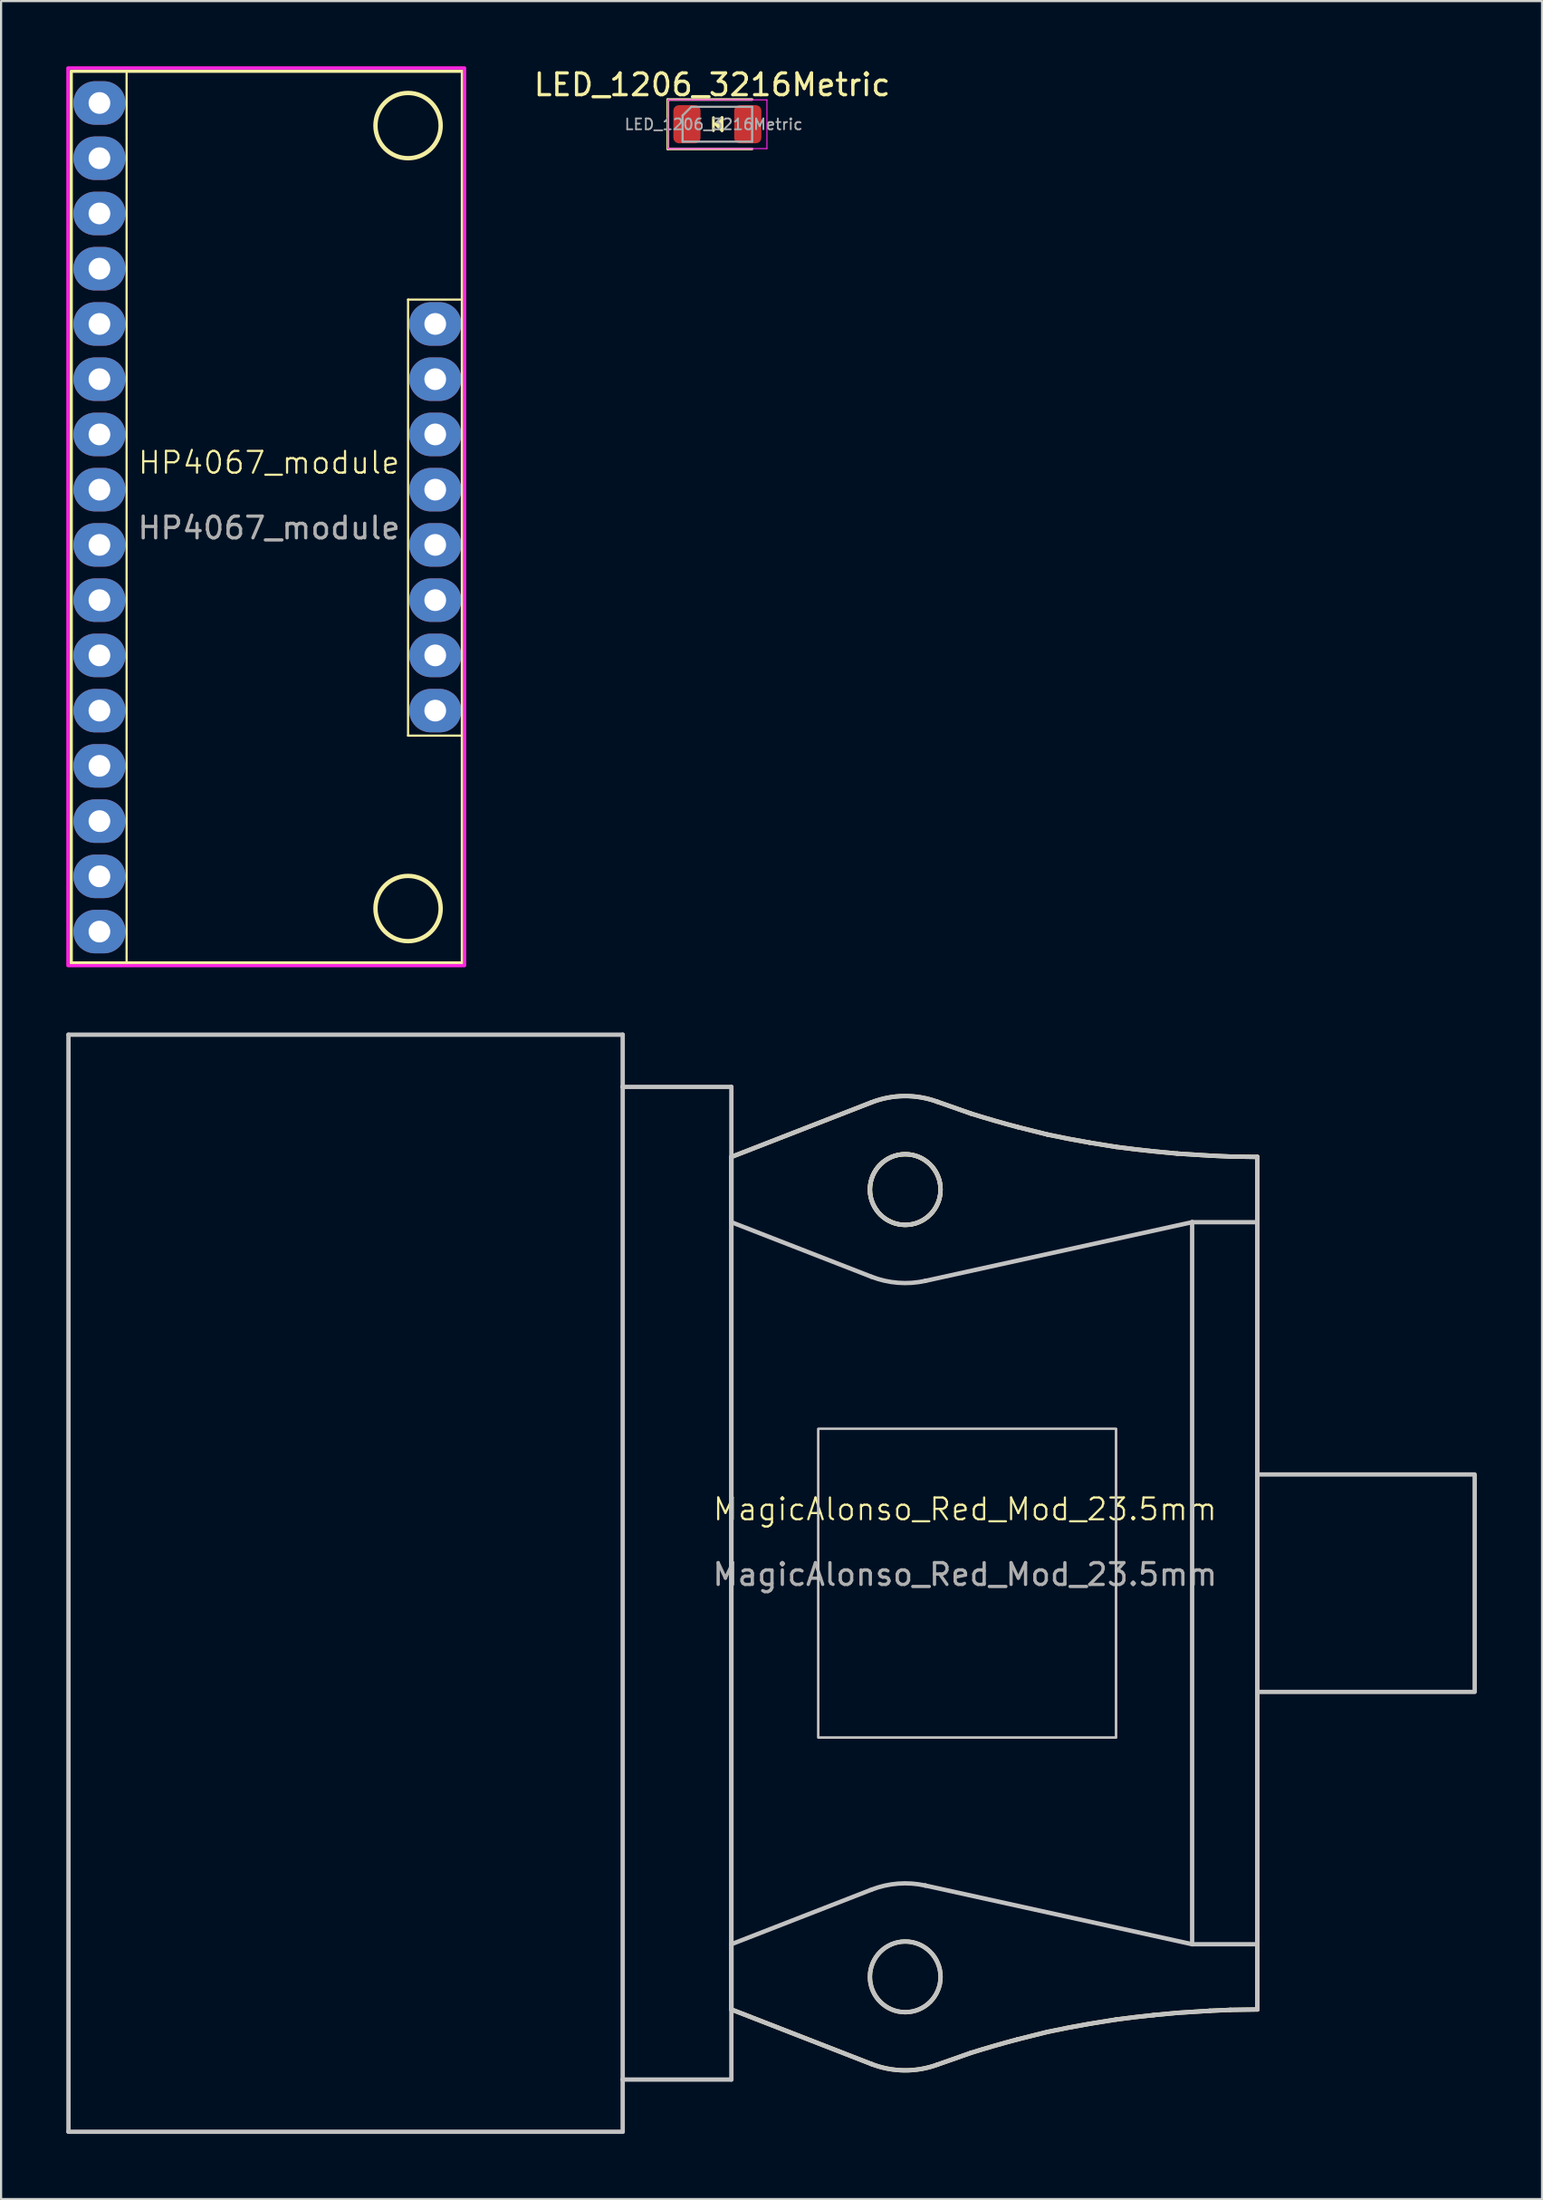
<source format=kicad_pcb>
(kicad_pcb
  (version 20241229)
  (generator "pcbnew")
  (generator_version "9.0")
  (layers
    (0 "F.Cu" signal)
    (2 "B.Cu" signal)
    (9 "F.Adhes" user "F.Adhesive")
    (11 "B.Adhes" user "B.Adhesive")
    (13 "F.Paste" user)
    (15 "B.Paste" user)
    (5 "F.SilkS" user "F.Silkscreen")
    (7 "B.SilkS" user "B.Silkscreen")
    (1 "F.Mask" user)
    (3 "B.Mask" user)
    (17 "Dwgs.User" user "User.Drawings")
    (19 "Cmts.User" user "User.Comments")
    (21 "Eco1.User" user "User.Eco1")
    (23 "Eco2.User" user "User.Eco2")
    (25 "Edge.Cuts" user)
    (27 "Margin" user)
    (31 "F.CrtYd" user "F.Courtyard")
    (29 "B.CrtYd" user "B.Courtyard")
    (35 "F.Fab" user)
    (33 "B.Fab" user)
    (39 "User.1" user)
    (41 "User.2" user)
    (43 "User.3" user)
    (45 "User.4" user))
  (footprint "LED_1206_3216Metric"
    (layer "F.Cu")
    (at 29.785 2.668)
    (property "Reference" "LED_1206_3216Metric" (at -0.07 -1.82 0) (layer "F.SilkS") (effects (font (size 1 1) (thickness 0.15))))
    (attr smd)
    (fp_line (start -2.114 -1.141) (end -2.114 1.129) (stroke (width 0.12) (type solid)) (layer "F.SilkS"))
    (fp_line (start -2.114 1.129) (end 1.771 1.129) (stroke (width 0.12) (type solid)) (layer "F.SilkS"))
    (fp_line (start -0.011 0.29) (end -0.011 -0.31) (stroke (width 0.127) (type solid)) (layer "F.SilkS"))
    (fp_line (start 0.087 -0.01) (end 0.386 0.29) (stroke (width 0.127) (type solid)) (layer "F.SilkS"))
    (fp_line (start 0.188 -0.109) (end 0.188 0.089) (stroke (width 0.127) (type solid)) (layer "F.SilkS"))
    (fp_line (start 0.287 0.191) (end 0.287 -0.211) (stroke (width 0.127) (type solid)) (layer "F.SilkS"))
    (fp_line (start 0.386 -0.31) (end 0.087 -0.01) (stroke (width 0.127) (type solid)) (layer "F.SilkS"))
    (fp_line (start 0.386 0.29) (end 0.386 -0.31) (stroke (width 0.127) (type solid)) (layer "F.SilkS"))
    (fp_line (start 1.771 -1.141) (end -2.114 -1.141) (stroke (width 0.12) (type solid)) (layer "F.SilkS"))
    (fp_line (start -2.109 -1.126) (end 2.451 -1.126) (stroke (width 0.05) (type solid)) (layer "F.CrtYd"))
    (fp_line (start -2.109 1.114) (end -2.109 -1.126) (stroke (width 0.05) (type solid)) (layer "F.CrtYd"))
    (fp_line (start 2.451 -1.126) (end 2.451 1.114) (stroke (width 0.05) (type solid)) (layer "F.CrtYd"))
    (fp_line (start 2.451 1.114) (end -2.109 1.114) (stroke (width 0.05) (type solid)) (layer "F.CrtYd"))
    (fp_line (start -1.429 -0.406) (end -1.429 0.794) (stroke (width 0.1) (type solid)) (layer "F.Fab"))
    (fp_line (start -1.429 0.794) (end 1.771 0.794) (stroke (width 0.1) (type solid)) (layer "F.Fab"))
    (fp_line (start -1.029 -0.806) (end -1.429 -0.406) (stroke (width 0.1) (type solid)) (layer "F.Fab"))
    (fp_line (start 1.771 -0.806) (end -1.029 -0.806) (stroke (width 0.1) (type solid)) (layer "F.Fab"))
    (fp_line (start 1.771 0.794) (end 1.771 -0.806) (stroke (width 0.1) (type solid)) (layer "F.Fab"))
    (fp_text user "${REFERENCE}" (at 0 0 0) (layer "F.Fab") (effects (font (size 0.5 0.5) (thickness 0.08))))
    (pad "1" smd roundrect (at -1.229 -0.006) (size 1.25 1.75) (layers "F.Cu" "F.Mask" "F.Paste") (roundrect_rratio 0.2))
    (pad "2" smd roundrect (at 1.571 -0.006) (size 1.25 1.75) (layers "F.Cu" "F.Mask" "F.Paste") (roundrect_rratio 0.2)))
  (footprint "HP4067_module"
    (layer "F.Cu")
    (at 9.275 20.525)
    (property "Reference" "HP4067_module" (at 0.05 -2.3 0) (unlocked yes) (layer "F.SilkS") (effects (font (size 1 1) (thickness 0.1))))
    (attr through_hole)
    (fp_line (start -6.5 -20.3) (end -6.5 20.7) (stroke (width 0.1) (type default)) (layer "F.SilkS"))
    (fp_line (start 6.45 -9.8) (end 6.45 10.25) (stroke (width 0.1) (type default)) (layer "F.SilkS"))
    (fp_line (start 6.45 -9.8) (end 8.95 -9.8) (stroke (width 0.1) (type default)) (layer "F.SilkS"))
    (fp_line (start 6.45 10.25) (end 8.95 10.25) (stroke (width 0.1) (type default)) (layer "F.SilkS"))
    (fp_rect (start -9.05 -20.3) (end 8.95 20.7) (stroke (width 0.15) (type default)) (fill no) (layer "F.SilkS"))
    (fp_circle (center 6.45 -17.8) (end 7.95 -17.8) (stroke (width 0.2) (type default)) (fill no) (layer "F.SilkS"))
    (fp_circle (center 6.45 18.2) (end 7.95 18.2) (stroke (width 0.2) (type default)) (fill no) (layer "F.SilkS"))
    (fp_rect (start -9.2 -20.45) (end 9.05 20.825) (stroke (width 0.15) (type default)) (fill no) (layer "F.CrtYd"))
    (fp_text user "${REFERENCE}" (at 0.05 0.7 0) (unlocked yes) (layer "F.Fab") (effects (font (size 1 1) (thickness 0.15))))
    (pad "1" thru_hole oval (at -7.75 -18.84) (size 2.4 2) (drill 1) (layers "*.Cu" "*.Mask"))
    (pad "2" thru_hole oval (at -7.75 -16.3) (size 2.4 2) (drill 1) (layers "*.Cu" "*.Mask"))
    (pad "3" thru_hole oval (at -7.75 -13.76) (size 2.4 2) (drill 1) (layers "*.Cu" "*.Mask"))
    (pad "4" thru_hole oval (at -7.75 -11.22) (size 2.4 2) (drill 1) (layers "*.Cu" "*.Mask"))
    (pad "5" thru_hole oval (at -7.75 -8.68) (size 2.4 2) (drill 1) (layers "*.Cu" "*.Mask"))
    (pad "6" thru_hole oval (at -7.75 -6.14) (size 2.4 2) (drill 1) (layers "*.Cu" "*.Mask"))
    (pad "7" thru_hole oval (at -7.75 -3.6) (size 2.4 2) (drill 1) (layers "*.Cu" "*.Mask"))
    (pad "8" thru_hole oval (at -7.75 -1.06) (size 2.4 2) (drill 1) (layers "*.Cu" "*.Mask"))
    (pad "9" thru_hole oval (at -7.75 1.48) (size 2.4 2) (drill 1) (layers "*.Cu" "*.Mask"))
    (pad "10" thru_hole oval (at -7.75 4.02) (size 2.4 2) (drill 1) (layers "*.Cu" "*.Mask"))
    (pad "11" thru_hole oval (at -7.75 6.56) (size 2.4 2) (drill 1) (layers "*.Cu" "*.Mask"))
    (pad "12" thru_hole oval (at -7.75 9.1) (size 2.4 2) (drill 1) (layers "*.Cu" "*.Mask"))
    (pad "13" thru_hole oval (at -7.75 11.64) (size 2.4 2) (drill 1) (layers "*.Cu" "*.Mask"))
    (pad "14" thru_hole oval (at -7.75 14.18) (size 2.4 2) (drill 1) (layers "*.Cu" "*.Mask"))
    (pad "15" thru_hole oval (at -7.75 16.72) (size 2.4 2) (drill 1) (layers "*.Cu" "*.Mask"))
    (pad "16" thru_hole oval (at -7.75 19.26) (size 2.4 2) (drill 1) (layers "*.Cu" "*.Mask"))
    (pad "17" thru_hole oval (at 7.7 -8.68) (size 2.4 2) (drill 1) (layers "*.Cu" "*.Mask"))
    (pad "18" thru_hole oval (at 7.7 -6.14) (size 2.4 2) (drill 1) (layers "*.Cu" "*.Mask"))
    (pad "19" thru_hole oval (at 7.7 -3.6) (size 2.4 2) (drill 1) (layers "*.Cu" "*.Mask"))
    (pad "20" thru_hole oval (at 7.7 -1.06) (size 2.4 2) (drill 1) (layers "*.Cu" "*.Mask"))
    (pad "21" thru_hole oval (at 7.7 1.48) (size 2.4 2) (drill 1) (layers "*.Cu" "*.Mask"))
    (pad "22" thru_hole oval (at 7.7 4.02) (size 2.4 2) (drill 1) (layers "*.Cu" "*.Mask"))
    (pad "23" thru_hole oval (at 7.7 6.56) (size 2.4 2) (drill 1) (layers "*.Cu" "*.Mask"))
    (pad "24" thru_hole oval (at 7.7 9.1) (size 2.4 2) (drill 1) (layers "*.Cu" "*.Mask")))
  (footprint "MagicAlonso_Red_Mod_23.5mm"
    (layer "F.Cu")
    (at 41.35 66.846)
    (property "Reference" "MagicAlonso_Red_Mod_23.5mm" (at 0 -0.5 0) (unlocked yes) (layer "F.SilkS") (effects (font (size 1 1) (thickness 0.1))))
    (attr board_only exclude_from_pos_files exclude_from_bom)
    (fp_line (start -10.75 -16.7) (end -10.75 22.5) (stroke (width 0.2) (type default)) (layer "F.SilkS"))
    (fp_line (start -10.75 22.5) (end -4.309 25.007) (stroke (width 0.2) (type default)) (layer "F.SilkS"))
    (fp_line (start -4.309 -19.207) (end -10.75 -16.7) (stroke (width 0.2) (type default)) (layer "F.SilkS"))
    (fp_line (start -1.28 -19.24) (end 0.265 -18.697) (stroke (width 0.2) (type default)) (layer "F.SilkS"))
    (fp_line (start -1.28 25.04) (end 0.263 24.498) (stroke (width 0.2) (type default)) (layer "F.SilkS"))
    (fp_line (start 2.418 23.876) (end 3.795 23.531) (stroke (width 0.2) (type default)) (layer "F.SilkS"))
    (fp_line (start 2.422 -18.074) (end 3.799 -17.729) (stroke (width 0.2) (type default)) (layer "F.SilkS"))
    (fp_line (start 5.722 23.16) (end 6.955 22.962) (stroke (width 0.2) (type default)) (layer "F.SilkS"))
    (fp_line (start 5.726 -17.359) (end 6.957 -17.16) (stroke (width 0.2) (type default)) (layer "F.SilkS"))
    (fp_line (start 8.675 22.759) (end 9.77 22.655) (stroke (width 0.2) (type default)) (layer "F.SilkS"))
    (fp_line (start 8.676 -16.958) (end 9.769 -16.854) (stroke (width 0.2) (type default)) (layer "F.SilkS"))
    (fp_line (start 11.268 -16.76) (end 9.769 -16.854) (stroke (width 0.2) (type default)) (layer "F.SilkS"))
    (fp_line (start 11.268 -16.76) (end 12.207 -16.718) (stroke (width 0.2) (type default)) (layer "F.SilkS"))
    (fp_line (start 11.27 22.56) (end 9.77 22.655) (stroke (width 0.2) (type default)) (layer "F.SilkS"))
    (fp_line (start 11.27 22.56) (end 12.208 22.518) (stroke (width 0.2) (type default)) (layer "F.SilkS"))
    (fp_line (start 13.45 -16.7) (end 12.207 -16.718) (stroke (width 0.2) (type default)) (layer "F.SilkS"))
    (fp_line (start 13.45 -13.7) (end 13.45 -16.7) (stroke (width 0.2) (type default)) (layer "F.SilkS"))
    (fp_line (start 13.45 19.5) (end 13.45 -13.7) (stroke (width 0.2) (type default)) (layer "F.SilkS"))
    (fp_line (start 13.45 22.5) (end 12.208 22.518) (stroke (width 0.2) (type default)) (layer "F.SilkS"))
    (fp_line (start 13.45 22.5) (end 13.45 19.5) (stroke (width 0.2) (type default)) (layer "F.SilkS"))
    (fp_arc (start -4.309308 -19.206612) (mid -2.797471 -19.499089) (end -1.279544 -19.240066) (stroke (width 0.2) (type default)) (layer "F.SilkS"))
    (fp_arc (start -1.279531 25.040061) (mid -2.797464 25.299086) (end -4.309308 25.006612) (stroke (width 0.2) (type default)) (layer "F.SilkS"))
    (fp_circle (center -2.75 -15.2) (end -2.75 -16.825) (stroke (width 0.2) (type default)) (fill no) (layer "F.SilkS"))
    (fp_circle (center -2.75 -15.2) (end -2.75 -16.825) (stroke (width 0.2) (type solid)) (fill no) (layer "F.SilkS"))
    (fp_circle (center -2.75 21) (end -2.75 19.375) (stroke (width 0.2) (type default)) (fill no) (layer "F.SilkS"))
    (fp_curve (pts (xy 2.418 23.876) (xy 1.719 24.06) (xy 1.001 24.266) (xy 0.263 24.498)) (stroke (width 0.2) (type default)) (layer "F.SilkS"))
    (fp_curve (pts (xy 2.422 -18.074) (xy 1.723 -18.258) (xy 1.005 -18.465) (xy 0.265 -18.697)) (stroke (width 0.2) (type default)) (layer "F.SilkS"))
    (fp_curve (pts (xy 5.722 23.16) (xy 5.097 23.268) (xy 4.455 23.39) (xy 3.795 23.531)) (stroke (width 0.2) (type default)) (layer "F.SilkS"))
    (fp_curve (pts (xy 5.726 -17.359) (xy 5.101 -17.466) (xy 4.459 -17.588) (xy 3.799 -17.729)) (stroke (width 0.2) (type default)) (layer "F.SilkS"))
    (fp_curve (pts (xy 8.675 22.759) (xy 8.119 22.816) (xy 7.546 22.883) (xy 6.955 22.962)) (stroke (width 0.2) (type default)) (layer "F.SilkS"))
    (fp_curve (pts (xy 8.676 -16.958) (xy 8.121 -17.015) (xy 7.548 -17.082) (xy 6.957 -17.16)) (stroke (width 0.2) (type default)) (layer "F.SilkS"))
    (fp_line (start -41.25 -22.321) (end -15.75 -22.321) (stroke (width 0.2) (type default)) (layer "Dwgs.User"))
    (fp_line (start -41.25 28.121) (end -41.25 -22.321) (stroke (width 0.2) (type default)) (layer "Dwgs.User"))
    (fp_line (start -41.25 28.121) (end -15.75 28.121) (stroke (width 0.2) (type default)) (layer "Dwgs.User"))
    (fp_line (start -15.75 -22.321) (end -15.75 -19.921) (stroke (width 0.2) (type default)) (layer "Dwgs.User"))
    (fp_line (start -15.75 -19.921) (end -15.75 25.721) (stroke (width 0.2) (type default)) (layer "Dwgs.User"))
    (fp_line (start -15.75 25.721) (end -10.75 25.721) (stroke (width 0.2) (type default)) (layer "Dwgs.User"))
    (fp_line (start -15.75 28.121) (end -15.75 25.721) (stroke (width 0.2) (type default)) (layer "Dwgs.User"))
    (fp_line (start -10.75 -19.921) (end -15.75 -19.921) (stroke (width 0.2) (type default)) (layer "Dwgs.User"))
    (fp_line (start -10.75 -16.7) (end -10.75 -13.7) (stroke (width 0.2) (type default)) (layer "Dwgs.User"))
    (fp_line (start -10.75 -13.7) (end -4.309 -11.193) (stroke (width 0.2) (type default)) (layer "Dwgs.User"))
    (fp_line (start -10.75 19.5) (end -10.75 22.5) (stroke (width 0.2) (type default)) (layer "Dwgs.User"))
    (fp_line (start -10.75 22.5) (end -4.309 25.007) (stroke (width 0.2) (type default)) (layer "Dwgs.User"))
    (fp_line (start -10.75 25.721) (end -10.75 -19.921) (stroke (width 0.2) (type default)) (layer "Dwgs.User"))
    (fp_line (start -4.309 -19.207) (end -10.75 -16.7) (stroke (width 0.2) (type default)) (layer "Dwgs.User"))
    (fp_line (start -4.309 16.993) (end -10.75 19.5) (stroke (width 0.2) (type default)) (layer "Dwgs.User"))
    (fp_line (start -1.827 -11.001) (end -1.827 -11.001) (stroke (width 0.2) (type default)) (layer "Dwgs.User"))
    (fp_line (start -1.827 -11.001) (end 10.45 -13.7) (stroke (width 0.2) (type default)) (layer "Dwgs.User"))
    (fp_line (start -1.827 16.801) (end -1.827 16.801) (stroke (width 0.2) (type default)) (layer "Dwgs.User"))
    (fp_line (start -1.28 -19.24) (end 0.265 -18.697) (stroke (width 0.2) (type default)) (layer "Dwgs.User"))
    (fp_line (start -1.28 25.04) (end 0.263 24.498) (stroke (width 0.2) (type default)) (layer "Dwgs.User"))
    (fp_line (start 2.418 23.876) (end 3.795 23.531) (stroke (width 0.2) (type default)) (layer "Dwgs.User"))
    (fp_line (start 2.422 -18.074) (end 3.799 -17.729) (stroke (width 0.2) (type default)) (layer "Dwgs.User"))
    (fp_line (start 5.722 23.16) (end 6.955 22.962) (stroke (width 0.2) (type default)) (layer "Dwgs.User"))
    (fp_line (start 5.726 -17.359) (end 6.957 -17.16) (stroke (width 0.2) (type default)) (layer "Dwgs.User"))
    (fp_line (start 8.675 22.759) (end 9.77 22.655) (stroke (width 0.2) (type default)) (layer "Dwgs.User"))
    (fp_line (start 8.676 -16.958) (end 9.769 -16.854) (stroke (width 0.2) (type default)) (layer "Dwgs.User"))
    (fp_line (start 10.45 -13.7) (end 13.45 -13.7) (stroke (width 0.2) (type default)) (layer "Dwgs.User"))
    (fp_line (start 10.45 19.5) (end -1.827 16.801) (stroke (width 0.2) (type default)) (layer "Dwgs.User"))
    (fp_line (start 10.45 19.5) (end 10.45 -13.7) (stroke (width 0.2) (type default)) (layer "Dwgs.User"))
    (fp_line (start 11.268 -16.76) (end 9.769 -16.854) (stroke (width 0.2) (type default)) (layer "Dwgs.User"))
    (fp_line (start 11.268 -16.76) (end 12.207 -16.718) (stroke (width 0.2) (type default)) (layer "Dwgs.User"))
    (fp_line (start 11.27 22.56) (end 9.77 22.655) (stroke (width 0.2) (type default)) (layer "Dwgs.User"))
    (fp_line (start 11.27 22.56) (end 12.208 22.518) (stroke (width 0.2) (type default)) (layer "Dwgs.User"))
    (fp_line (start 13.45 -16.7) (end 12.207 -16.718) (stroke (width 0.2) (type default)) (layer "Dwgs.User"))
    (fp_line (start 13.45 -13.7) (end 13.45 -16.7) (stroke (width 0.2) (type default)) (layer "Dwgs.User"))
    (fp_line (start 13.45 19.5) (end 10.45 19.5) (stroke (width 0.2) (type default)) (layer "Dwgs.User"))
    (fp_line (start 13.45 19.5) (end 13.45 -13.7) (stroke (width 0.2) (type default)) (layer "Dwgs.User"))
    (fp_line (start 13.45 22.5) (end 12.208 22.518) (stroke (width 0.2) (type default)) (layer "Dwgs.User"))
    (fp_line (start 13.45 22.5) (end 13.45 19.5) (stroke (width 0.2) (type default)) (layer "Dwgs.User"))
    (fp_rect (start -6.75 -4.2) (end 6.95 10) (stroke (width 0.1) (type solid)) (fill no) (layer "Dwgs.User"))
    (fp_rect (start 13.45 -2.1) (end 23.45 7.9) (stroke (width 0.2) (type solid)) (fill no) (layer "Dwgs.User"))
    (fp_arc (start -4.309308 -19.206612) (mid -2.797471 -19.499089) (end -1.279544 -19.240066) (stroke (width 0.2) (type default)) (layer "Dwgs.User"))
    (fp_arc (start -4.309308 16.993388) (mid -3.082308 16.713518) (end -1.826835 16.800937) (stroke (width 0.2) (type default)) (layer "Dwgs.User"))
    (fp_arc (start -1.826835 -11.000937) (mid -3.082308 -10.913518) (end -4.309308 -11.193388) (stroke (width 0.2) (type default)) (layer "Dwgs.User"))
    (fp_arc (start -1.279531 25.040061) (mid -2.797464 25.299086) (end -4.309308 25.006612) (stroke (width 0.2) (type default)) (layer "Dwgs.User"))
    (fp_circle (center -41.25 -21.071) (end -41.25 -21.081) (stroke (width 0.0001) (type default)) (fill no) (layer "Dwgs.User"))
    (fp_circle (center -41.25 26.871) (end -41.25 26.861) (stroke (width 0.0001) (type default)) (fill no) (layer "Dwgs.User"))
    (fp_circle (center -21.75 -22.321) (end -21.75 -22.331) (stroke (width 0.0001) (type default)) (fill no) (layer "Dwgs.User"))
    (fp_circle (center -21.75 28.121) (end -21.75 28.111) (stroke (width 0.0001) (type default)) (fill no) (layer "Dwgs.User"))
    (fp_circle (center -2.75 -15.2) (end -2.75 -16.825) (stroke (width 0.2) (type default)) (fill no) (layer "Dwgs.User"))
    (fp_circle (center -2.75 21) (end -2.75 19.375) (stroke (width 0.2) (type default)) (fill no) (layer "Dwgs.User"))
    (fp_curve (pts (xy 2.418 23.876) (xy 1.719 24.06) (xy 1.001 24.266) (xy 0.263 24.498)) (stroke (width 0.2) (type default)) (layer "Dwgs.User"))
    (fp_curve (pts (xy 2.422 -18.074) (xy 1.723 -18.258) (xy 1.005 -18.465) (xy 0.265 -18.697)) (stroke (width 0.2) (type default)) (layer "Dwgs.User"))
    (fp_curve (pts (xy 5.722 23.16) (xy 5.097 23.268) (xy 4.455 23.39) (xy 3.795 23.531)) (stroke (width 0.2) (type default)) (layer "Dwgs.User"))
    (fp_curve (pts (xy 5.726 -17.359) (xy 5.101 -17.466) (xy 4.459 -17.588) (xy 3.799 -17.729)) (stroke (width 0.2) (type default)) (layer "Dwgs.User"))
    (fp_curve (pts (xy 8.675 22.759) (xy 8.119 22.816) (xy 7.546 22.883) (xy 6.955 22.962)) (stroke (width 0.2) (type default)) (layer "Dwgs.User"))
    (fp_curve (pts (xy 8.676 -16.958) (xy 8.121 -17.015) (xy 7.548 -17.082) (xy 6.957 -17.16)) (stroke (width 0.2) (type default)) (layer "Dwgs.User"))
    (fp_rect (start -6.75 -4.2) (end 6.95 10) (stroke (width 0.1) (type solid)) (fill no) (layer "Edge.Cuts"))
    (fp_text user "${REFERENCE}" (at 0 2.5 0) (unlocked yes) (layer "F.Fab") (effects (font (size 1 1) (thickness 0.15)))))
  (gr_rect
    (start -3 -3)
    (end 67.9 98.066)
    (stroke (width 0.1) (type default))
    (fill no)
    (layer "Edge.Cuts")))
</source>
